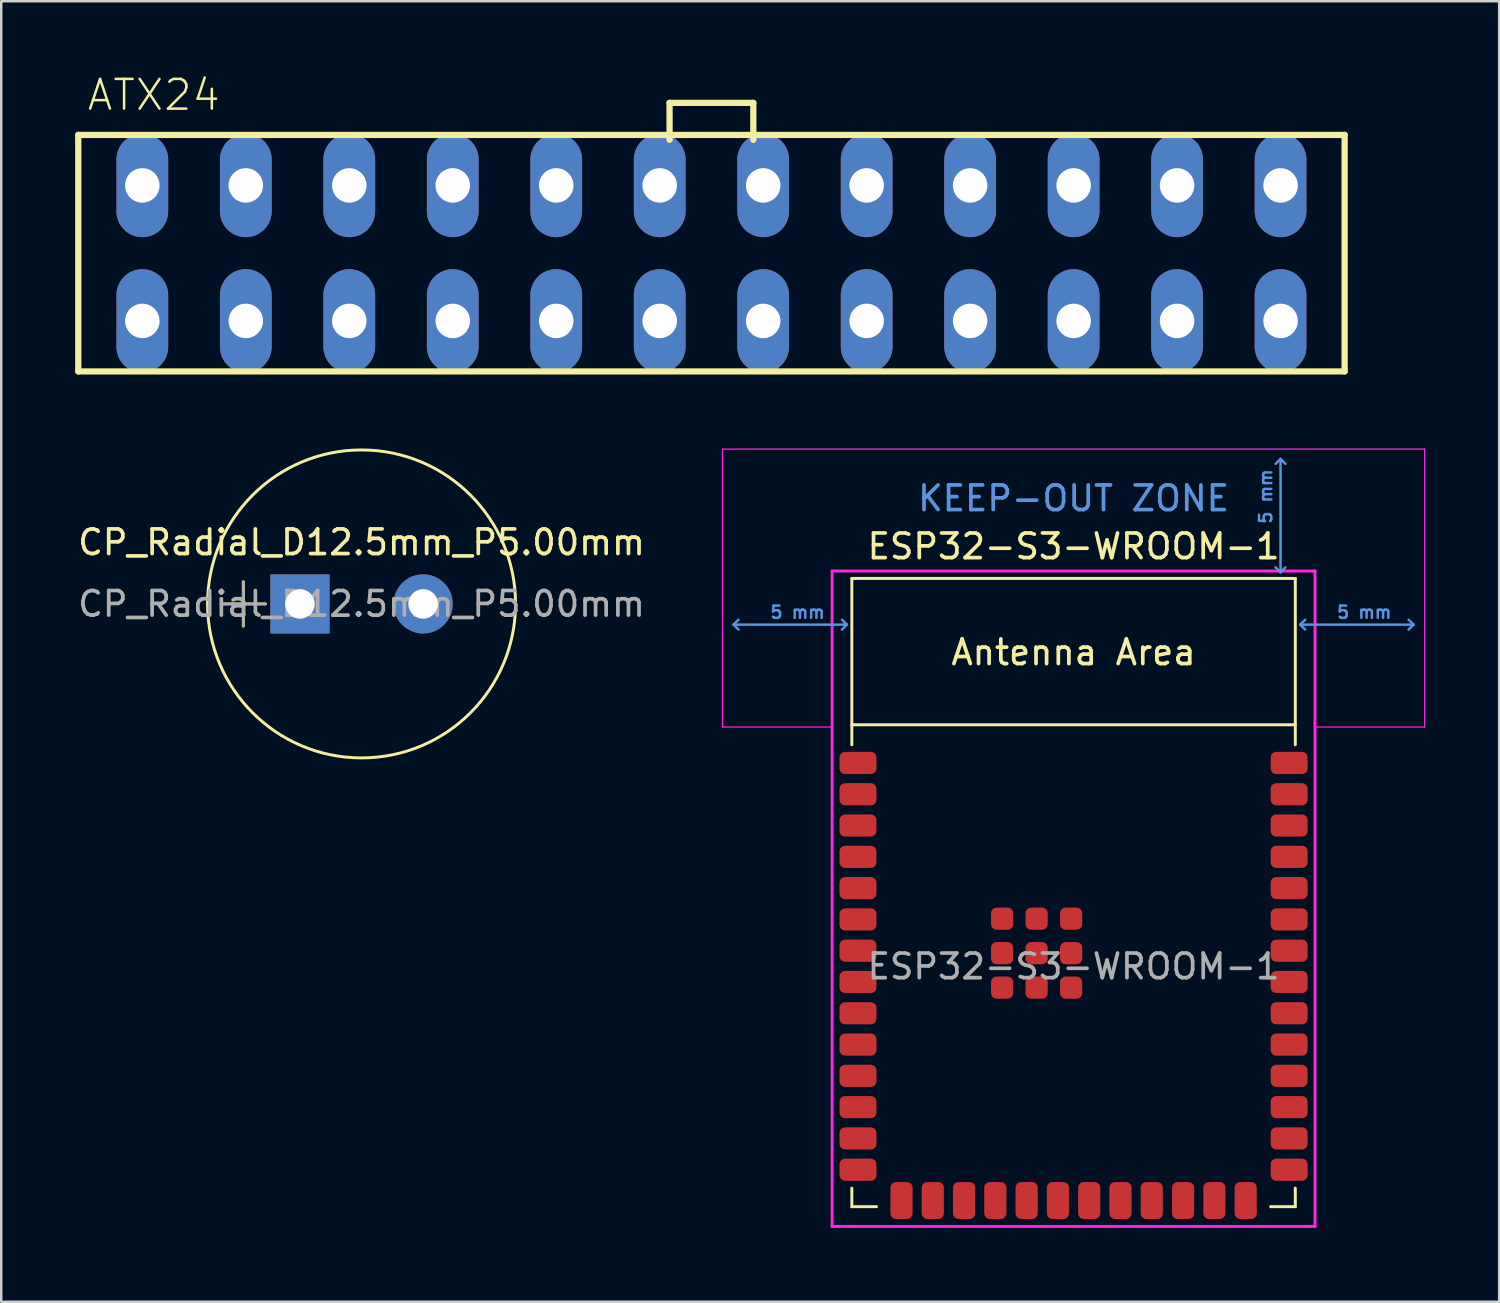
<source format=kicad_pcb>
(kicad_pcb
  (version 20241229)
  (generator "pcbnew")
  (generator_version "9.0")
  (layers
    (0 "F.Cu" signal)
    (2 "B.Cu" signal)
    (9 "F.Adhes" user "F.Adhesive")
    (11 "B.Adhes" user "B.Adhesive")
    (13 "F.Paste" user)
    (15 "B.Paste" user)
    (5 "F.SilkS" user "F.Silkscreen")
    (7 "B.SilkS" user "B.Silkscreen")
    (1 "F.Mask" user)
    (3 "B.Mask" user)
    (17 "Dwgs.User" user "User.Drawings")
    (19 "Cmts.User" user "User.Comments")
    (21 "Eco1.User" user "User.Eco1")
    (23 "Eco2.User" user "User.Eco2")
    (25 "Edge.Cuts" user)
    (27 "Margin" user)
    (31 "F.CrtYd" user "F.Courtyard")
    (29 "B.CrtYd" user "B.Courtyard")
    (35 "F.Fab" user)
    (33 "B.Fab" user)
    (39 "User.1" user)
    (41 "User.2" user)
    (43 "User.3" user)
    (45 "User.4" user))
  (footprint "CP_Radial_D12.5mm_P5.00mm"
    (layer "F.Cu")
    (at 9.125 21.463)
    (property "Reference" "CP_Radial_D12.5mm_P5.00mm" (at 2.5 -2.5 0) (layer "F.SilkS") (effects (font (size 1 1) (thickness 0.15))))
    (attr through_hole)
    (fp_line (start -3.2 0) (end -1.4 0) (stroke (width 0.12) (type solid)) (layer "F.SilkS"))
    (fp_line (start -2.3 -0.9) (end -2.3 0.9) (stroke (width 0.12) (type solid)) (layer "F.SilkS"))
    (fp_circle (center 2.5 0) (end -3.75 0) (stroke (width 0.12) (type solid)) (fill no) (layer "F.SilkS"))
    (fp_line (start -3.2 0) (end -1.4 0) (stroke (width 0.1) (type solid)) (layer "F.Fab"))
    (fp_line (start -2.3 -0.9) (end -2.3 0.9) (stroke (width 0.1) (type solid)) (layer "F.Fab"))
    (fp_text user "${REFERENCE}" (at 2.5 0 0) (layer "F.Fab") (effects (font (size 1 1) (thickness 0.15))))
    (pad "1" thru_hole rect (at 0 0) (size 2.4 2.4) (drill 1.2) (layers "*.Cu" "*.Mask"))
    (pad "2" thru_hole circle (at 5 0) (size 2.4 2.4) (drill 1.2) (layers "*.Cu" "*.Mask")))
  (footprint "ESP32-S3-WROOM-1"
    (layer "F.Cu")
    (at 40.525 36.178)
    (property "Reference" "ESP32-S3-WROOM-1" (at 0 -17.05 0) (layer "F.SilkS") (effects (font (size 1 1) (thickness 0.15))))
    (attr smd)
    (fp_line (start -9 -15.75) (end -9 -9) (stroke (width 0.12) (type solid)) (layer "F.SilkS"))
    (fp_line (start -9 -15.75) (end 9 -15.75) (stroke (width 0.12) (type solid)) (layer "F.SilkS"))
    (fp_line (start -9 9) (end -9 9.75) (stroke (width 0.12) (type solid)) (layer "F.SilkS"))
    (fp_line (start -9 9.75) (end -8 9.75) (stroke (width 0.12) (type solid)) (layer "F.SilkS"))
    (fp_line (start 9 -15.75) (end 9 -9) (stroke (width 0.12) (type solid)) (layer "F.SilkS"))
    (fp_line (start 9 -9.81) (end -9 -9.81) (stroke (width 0.12) (type solid)) (layer "F.SilkS"))
    (fp_line (start 9 9) (end 9 9.75) (stroke (width 0.12) (type solid)) (layer "F.SilkS"))
    (fp_line (start 9 9.75) (end 8 9.75) (stroke (width 0.12) (type solid)) (layer "F.SilkS"))
    (fp_line (start -13.8 -13.875) (end -13.6 -14.075) (stroke (width 0.1) (type solid)) (layer "Cmts.User"))
    (fp_line (start -13.8 -13.875) (end -13.6 -13.675) (stroke (width 0.1) (type solid)) (layer "Cmts.User"))
    (fp_line (start -13.8 -13.875) (end -9.2 -13.875) (stroke (width 0.1) (type solid)) (layer "Cmts.User"))
    (fp_line (start -9.2 -13.875) (end -9.4 -14.075) (stroke (width 0.1) (type solid)) (layer "Cmts.User"))
    (fp_line (start -9.2 -13.875) (end -9.4 -13.675) (stroke (width 0.1) (type solid)) (layer "Cmts.User"))
    (fp_line (start 8.4 -20.6) (end 8.2 -20.4) (stroke (width 0.1) (type solid)) (layer "Cmts.User"))
    (fp_line (start 8.4 -20.6) (end 8.6 -20.4) (stroke (width 0.1) (type solid)) (layer "Cmts.User"))
    (fp_line (start 8.4 -16) (end 8.2 -16.2) (stroke (width 0.1) (type solid)) (layer "Cmts.User"))
    (fp_line (start 8.4 -16) (end 8.4 -20.6) (stroke (width 0.1) (type solid)) (layer "Cmts.User"))
    (fp_line (start 8.4 -16) (end 8.6 -16.2) (stroke (width 0.1) (type solid)) (layer "Cmts.User"))
    (fp_line (start 9.2 -13.875) (end 9.4 -14.075) (stroke (width 0.1) (type solid)) (layer "Cmts.User"))
    (fp_line (start 9.2 -13.875) (end 9.4 -13.675) (stroke (width 0.1) (type solid)) (layer "Cmts.User"))
    (fp_line (start 9.2 -13.875) (end 13.8 -13.875) (stroke (width 0.1) (type solid)) (layer "Cmts.User"))
    (fp_line (start 13.8 -13.875) (end 13.6 -14.075) (stroke (width 0.1) (type solid)) (layer "Cmts.User"))
    (fp_line (start 13.8 -13.875) (end 13.6 -13.675) (stroke (width 0.1) (type solid)) (layer "Cmts.User"))
    (fp_line (start -9 -15.75) (end 9 -15.75) (stroke (width 0.12) (type solid)) (layer "Eco2.User"))
    (fp_line (start -9 -9.81) (end 9 -9.81) (stroke (width 0.12) (type solid)) (layer "Eco2.User"))
    (fp_line (start -9 9.75) (end -9 -15.75) (stroke (width 0.12) (type solid)) (layer "Eco2.User"))
    (fp_line (start 9 -15.75) (end 9 9.75) (stroke (width 0.12) (type solid)) (layer "Eco2.User"))
    (fp_line (start 9 9.75) (end -9 9.75) (stroke (width 0.12) (type solid)) (layer "Eco2.User"))
    (fp_line (start -14.25 -21) (end -14.25 -9.72) (stroke (width 0.05) (type solid)) (layer "F.CrtYd"))
    (fp_line (start -14.25 -21) (end 14.25 -21) (stroke (width 0.05) (type solid)) (layer "F.CrtYd"))
    (fp_line (start -14.25 -9.72) (end -9.8 -9.72) (stroke (width 0.05) (type solid)) (layer "F.CrtYd"))
    (fp_line (start -9.8 -16.05) (end -9.8 10.55) (stroke (width 0.12) (type solid)) (layer "F.CrtYd"))
    (fp_line (start -9.8 10.55) (end 9.8 10.55) (stroke (width 0.12) (type solid)) (layer "F.CrtYd"))
    (fp_line (start 9.8 -16.05) (end -9.8 -16.05) (stroke (width 0.12) (type solid)) (layer "F.CrtYd"))
    (fp_line (start 9.8 -16.05) (end 9.8 10.55) (stroke (width 0.12) (type solid)) (layer "F.CrtYd"))
    (fp_line (start 9.8 -9.72) (end 14.25 -9.72) (stroke (width 0.05) (type solid)) (layer "F.CrtYd"))
    (fp_line (start 14.25 -21) (end 14.25 -9.72) (stroke (width 0.05) (type solid)) (layer "F.CrtYd"))
    (fp_text user "Antenna Area" (at 0 -12.75 0) (layer "F.SilkS") (effects (font (size 1 1) (thickness 0.15))))
    (fp_text user "5 mm" (at -11.2 -14.375 0) (layer "Cmts.User") (effects (font (size 0.5 0.5) (thickness 0.1))))
    (fp_text user "5 mm" (at 7.8 -19.075 90) (layer "Cmts.User") (effects (font (size 0.5 0.5) (thickness 0.1))))
    (fp_text user "5 mm" (at 11.8 -14.375 0) (layer "Cmts.User") (effects (font (size 0.5 0.5) (thickness 0.1))))
    (fp_text user "KEEP-OUT ZONE" (at 0 -19 0) (layer "Cmts.User") (effects (font (size 1 1) (thickness 0.15))))
    (fp_text user "Antenna Area" (at 0 -12.75 0) (layer "Eco2.User") (effects (font (size 1 1) (thickness 0.15))))
    (fp_text user "${REFERENCE}" (at 0 0 0) (layer "F.Fab") (effects (font (size 1 1) (thickness 0.15))))
    (pad "1" smd roundrect (at -8.75 -8.26) (size 1.5 0.9) (layers "F.Cu" "F.Mask" "F.Paste") (roundrect_rratio 0.25))
    (pad "2" smd roundrect (at -8.75 -6.99) (size 1.5 0.9) (layers "F.Cu" "F.Mask" "F.Paste") (roundrect_rratio 0.25))
    (pad "3" smd roundrect (at -8.75 -5.72) (size 1.5 0.9) (layers "F.Cu" "F.Mask" "F.Paste") (roundrect_rratio 0.25))
    (pad "4" smd roundrect (at -8.75 -4.45) (size 1.5 0.9) (layers "F.Cu" "F.Mask" "F.Paste") (roundrect_rratio 0.25))
    (pad "5" smd roundrect (at -8.75 -3.18) (size 1.5 0.9) (layers "F.Cu" "F.Mask" "F.Paste") (roundrect_rratio 0.25))
    (pad "6" smd roundrect (at -8.75 -1.91) (size 1.5 0.9) (layers "F.Cu" "F.Mask" "F.Paste") (roundrect_rratio 0.25))
    (pad "7" smd roundrect (at -8.75 -0.64) (size 1.5 0.9) (layers "F.Cu" "F.Mask" "F.Paste") (roundrect_rratio 0.25))
    (pad "8" smd roundrect (at -8.75 0.63) (size 1.5 0.9) (layers "F.Cu" "F.Mask" "F.Paste") (roundrect_rratio 0.25))
    (pad "9" smd roundrect (at -8.75 1.9) (size 1.5 0.9) (layers "F.Cu" "F.Mask" "F.Paste") (roundrect_rratio 0.25))
    (pad "10" smd roundrect (at -8.75 3.17) (size 1.5 0.9) (layers "F.Cu" "F.Mask" "F.Paste") (roundrect_rratio 0.25))
    (pad "11" smd roundrect (at -8.75 4.44) (size 1.5 0.9) (layers "F.Cu" "F.Mask" "F.Paste") (roundrect_rratio 0.25))
    (pad "12" smd roundrect (at -8.75 5.71) (size 1.5 0.9) (layers "F.Cu" "F.Mask" "F.Paste") (roundrect_rratio 0.25))
    (pad "13" smd roundrect (at -8.75 6.98) (size 1.5 0.9) (layers "F.Cu" "F.Mask" "F.Paste") (roundrect_rratio 0.25))
    (pad "14" smd roundrect (at -8.75 8.25) (size 1.5 0.9) (layers "F.Cu" "F.Mask" "F.Paste") (roundrect_rratio 0.25))
    (pad "15" smd roundrect (at -6.985 9.5 90) (size 1.5 0.9) (layers "F.Cu" "F.Mask" "F.Paste") (roundrect_rratio 0.25))
    (pad "16" smd roundrect (at -5.715 9.5 90) (size 1.5 0.9) (layers "F.Cu" "F.Mask" "F.Paste") (roundrect_rratio 0.25))
    (pad "17" smd roundrect (at -4.445 9.5 90) (size 1.5 0.9) (layers "F.Cu" "F.Mask" "F.Paste") (roundrect_rratio 0.25))
    (pad "18" smd roundrect (at -3.175 9.5 90) (size 1.5 0.9) (layers "F.Cu" "F.Mask" "F.Paste") (roundrect_rratio 0.25))
    (pad "19" smd roundrect (at -1.905 9.5 90) (size 1.5 0.9) (layers "F.Cu" "F.Mask" "F.Paste") (roundrect_rratio 0.25))
    (pad "20" smd roundrect (at -0.635 9.5 90) (size 1.5 0.9) (layers "F.Cu" "F.Mask" "F.Paste") (roundrect_rratio 0.25))
    (pad "21" smd roundrect (at 0.635 9.5 90) (size 1.5 0.9) (layers "F.Cu" "F.Mask" "F.Paste") (roundrect_rratio 0.25))
    (pad "22" smd roundrect (at 1.905 9.5 90) (size 1.5 0.9) (layers "F.Cu" "F.Mask" "F.Paste") (roundrect_rratio 0.25))
    (pad "23" smd roundrect (at 3.175 9.5 90) (size 1.5 0.9) (layers "F.Cu" "F.Mask" "F.Paste") (roundrect_rratio 0.25))
    (pad "24" smd roundrect (at 4.445 9.5 90) (size 1.5 0.9) (layers "F.Cu" "F.Mask" "F.Paste") (roundrect_rratio 0.25))
    (pad "25" smd roundrect (at 5.715 9.5 90) (size 1.5 0.9) (layers "F.Cu" "F.Mask" "F.Paste") (roundrect_rratio 0.25))
    (pad "26" smd roundrect (at 6.985 9.5 90) (size 1.5 0.9) (layers "F.Cu" "F.Mask" "F.Paste") (roundrect_rratio 0.25))
    (pad "27" smd roundrect (at 8.75 8.25 180) (size 1.5 0.9) (layers "F.Cu" "F.Mask" "F.Paste") (roundrect_rratio 0.25))
    (pad "28" smd roundrect (at 8.75 6.98 180) (size 1.5 0.9) (layers "F.Cu" "F.Mask" "F.Paste") (roundrect_rratio 0.25))
    (pad "29" smd roundrect (at 8.75 5.71 180) (size 1.5 0.9) (layers "F.Cu" "F.Mask" "F.Paste") (roundrect_rratio 0.25))
    (pad "30" smd roundrect (at 8.75 4.44 180) (size 1.5 0.9) (layers "F.Cu" "F.Mask" "F.Paste") (roundrect_rratio 0.25))
    (pad "31" smd roundrect (at 8.75 3.17 180) (size 1.5 0.9) (layers "F.Cu" "F.Mask" "F.Paste") (roundrect_rratio 0.25))
    (pad "32" smd roundrect (at 8.75 1.9 180) (size 1.5 0.9) (layers "F.Cu" "F.Mask" "F.Paste") (roundrect_rratio 0.25))
    (pad "33" smd roundrect (at 8.75 0.63 180) (size 1.5 0.9) (layers "F.Cu" "F.Mask" "F.Paste") (roundrect_rratio 0.25))
    (pad "34" smd roundrect (at 8.75 -0.64 180) (size 1.5 0.9) (layers "F.Cu" "F.Mask" "F.Paste") (roundrect_rratio 0.25))
    (pad "35" smd roundrect (at 8.75 -1.91 180) (size 1.5 0.9) (layers "F.Cu" "F.Mask" "F.Paste") (roundrect_rratio 0.25))
    (pad "36" smd roundrect (at 8.75 -3.18 180) (size 1.5 0.9) (layers "F.Cu" "F.Mask" "F.Paste") (roundrect_rratio 0.25))
    (pad "37" smd roundrect (at 8.75 -4.45 180) (size 1.5 0.9) (layers "F.Cu" "F.Mask" "F.Paste") (roundrect_rratio 0.25))
    (pad "38" smd roundrect (at 8.75 -5.72 180) (size 1.5 0.9) (layers "F.Cu" "F.Mask" "F.Paste") (roundrect_rratio 0.25))
    (pad "39" smd roundrect (at 8.75 -6.99 180) (size 1.5 0.9) (layers "F.Cu" "F.Mask" "F.Paste") (roundrect_rratio 0.25))
    (pad "40" smd roundrect (at 8.75 -8.26 180) (size 1.5 0.9) (layers "F.Cu" "F.Mask" "F.Paste") (roundrect_rratio 0.25))
    (pad "41" smd roundrect (at -2.9 -1.94 180) (size 0.9 0.9) (layers "F.Cu" "F.Mask" "F.Paste") (roundrect_rratio 0.25))
    (pad "41" smd roundrect (at -2.9 -0.54 180) (size 0.9 0.9) (layers "F.Cu" "F.Mask" "F.Paste") (roundrect_rratio 0.25))
    (pad "41" smd roundrect (at -2.9 0.86 180) (size 0.9 0.9) (layers "F.Cu" "F.Mask" "F.Paste") (roundrect_rratio 0.25))
    (pad "41" smd roundrect (at -1.5 -1.94 180) (size 0.9 0.9) (layers "F.Cu" "F.Mask" "F.Paste") (roundrect_rratio 0.25))
    (pad "41" smd roundrect (at -1.5 -0.54 180) (size 0.9 0.9) (layers "F.Cu" "F.Mask" "F.Paste") (roundrect_rratio 0.25))
    (pad "41" smd roundrect (at -1.5 0.86 180) (size 0.9 0.9) (layers "F.Cu" "F.Mask" "F.Paste") (roundrect_rratio 0.25))
    (pad "41" smd roundrect (at -0.1 -1.94 180) (size 0.9 0.9) (layers "F.Cu" "F.Mask" "F.Paste") (roundrect_rratio 0.25))
    (pad "41" smd roundrect (at -0.1 -0.54 180) (size 0.9 0.9) (layers "F.Cu" "F.Mask" "F.Paste") (roundrect_rratio 0.25))
    (pad "41" smd roundrect (at -0.1 0.86 180) (size 0.9 0.9) (layers "F.Cu" "F.Mask" "F.Paste") (roundrect_rratio 0.25))
    (zone (net_name "") (layers "F.Cu" "B.Cu") (hatch full 0.508) (connect_pads) (min_thickness 0.254) (filled_areas_thickness no) (keepout (tracks not_allowed) (vias not_allowed) (pads not_allowed) (copperpour not_allowed) (footprints not_allowed)) (placement (enabled no)) (fill) (polygon (pts (xy 26.525 26.208) (xy 54.525 26.208) (xy 54.525 15.428) (xy 26.525 15.428)))))
  (footprint "ATX24"
    (layer "F.Cu")
    (at 25.827 7.226)
    (property "Reference" "ATX24" (at -25.4 -5.715 0) (layer "F.SilkS") (effects (font (size 1.206 1.206) (thickness 0.102)) (justify left bottom)))
    (attr through_hole)
    (fp_line (start -25.7 -4.8) (end 25.7 -4.8) (stroke (width 0.254) (type solid)) (layer "F.SilkS"))
    (fp_line (start -25.7 4.8) (end -25.7 -4.8) (stroke (width 0.254) (type solid)) (layer "F.SilkS"))
    (fp_line (start -1.7 -6.1) (end -1.7 -4.6) (stroke (width 0.254) (type solid)) (layer "F.SilkS"))
    (fp_line (start -1.7 -6.1) (end 1.7 -6.1) (stroke (width 0.254) (type solid)) (layer "F.SilkS"))
    (fp_line (start 1.7 -6.1) (end 1.7 -4.6) (stroke (width 0.254) (type solid)) (layer "F.SilkS"))
    (fp_line (start 25.7 -4.8) (end 25.7 4.8) (stroke (width 0.254) (type solid)) (layer "F.SilkS"))
    (fp_line (start 25.7 4.8) (end -25.7 4.8) (stroke (width 0.254) (type solid)) (layer "F.SilkS"))
    (pad "1" thru_hole oval (at 23.1 2.75 90) (size 4.2 2.1) (drill 1.4) (layers "*.Cu" "*.Mask"))
    (pad "2" thru_hole oval (at 18.9 2.75 90) (size 4.2 2.1) (drill 1.4) (layers "*.Cu" "*.Mask"))
    (pad "3" thru_hole oval (at 14.7 2.75 90) (size 4.2 2.1) (drill 1.4) (layers "*.Cu" "*.Mask"))
    (pad "4" thru_hole oval (at 10.5 2.75 90) (size 4.2 2.1) (drill 1.4) (layers "*.Cu" "*.Mask"))
    (pad "5" thru_hole oval (at 6.3 2.75 90) (size 4.2 2.1) (drill 1.4) (layers "*.Cu" "*.Mask"))
    (pad "6" thru_hole oval (at 2.1 2.75 90) (size 4.2 2.1) (drill 1.4) (layers "*.Cu" "*.Mask"))
    (pad "7" thru_hole oval (at -2.1 2.75 90) (size 4.2 2.1) (drill 1.4) (layers "*.Cu" "*.Mask"))
    (pad "8" thru_hole oval (at -6.3 2.75 90) (size 4.2 2.1) (drill 1.4) (layers "*.Cu" "*.Mask"))
    (pad "9" thru_hole oval (at -10.5 2.75 90) (size 4.2 2.1) (drill 1.4) (layers "*.Cu" "*.Mask"))
    (pad "10" thru_hole oval (at -14.7 2.75 90) (size 4.2 2.1) (drill 1.4) (layers "*.Cu" "*.Mask"))
    (pad "11" thru_hole oval (at -18.9 2.75 90) (size 4.2 2.1) (drill 1.4) (layers "*.Cu" "*.Mask"))
    (pad "12" thru_hole oval (at -23.1 2.75 90) (size 4.2 2.1) (drill 1.4) (layers "*.Cu" "*.Mask"))
    (pad "13" thru_hole oval (at 23.1 -2.75 90) (size 4.2 2.1) (drill 1.4) (layers "*.Cu" "*.Mask"))
    (pad "14" thru_hole oval (at 18.9 -2.75 90) (size 4.2 2.1) (drill 1.4) (layers "*.Cu" "*.Mask"))
    (pad "15" thru_hole oval (at 14.7 -2.75 90) (size 4.2 2.1) (drill 1.4) (layers "*.Cu" "*.Mask"))
    (pad "16" thru_hole oval (at 10.5 -2.75 90) (size 4.2 2.1) (drill 1.4) (layers "*.Cu" "*.Mask"))
    (pad "17" thru_hole oval (at 6.3 -2.75 90) (size 4.2 2.1) (drill 1.4) (layers "*.Cu" "*.Mask"))
    (pad "18" thru_hole oval (at 2.1 -2.75 90) (size 4.2 2.1) (drill 1.4) (layers "*.Cu" "*.Mask"))
    (pad "19" thru_hole oval (at -2.1 -2.75 90) (size 4.2 2.1) (drill 1.4) (layers "*.Cu" "*.Mask"))
    (pad "20" thru_hole oval (at -6.3 -2.75 90) (size 4.2 2.1) (drill 1.4) (layers "*.Cu" "*.Mask"))
    (pad "21" thru_hole oval (at -10.5 -2.75 90) (size 4.2 2.1) (drill 1.4) (layers "*.Cu" "*.Mask"))
    (pad "22" thru_hole oval (at -14.7 -2.75 90) (size 4.2 2.1) (drill 1.4) (layers "*.Cu" "*.Mask"))
    (pad "23" thru_hole oval (at -18.9 -2.75 90) (size 4.2 2.1) (drill 1.4) (layers "*.Cu" "*.Mask"))
    (pad "24" thru_hole oval (at -23.1 -2.75 90) (size 4.2 2.1) (drill 1.4) (layers "*.Cu" "*.Mask")))
  (gr_rect
    (start -3 -3)
    (end 57.8 49.788)
    (stroke (width 0.1) (type default))
    (fill no)
    (layer "Edge.Cuts")))
</source>
